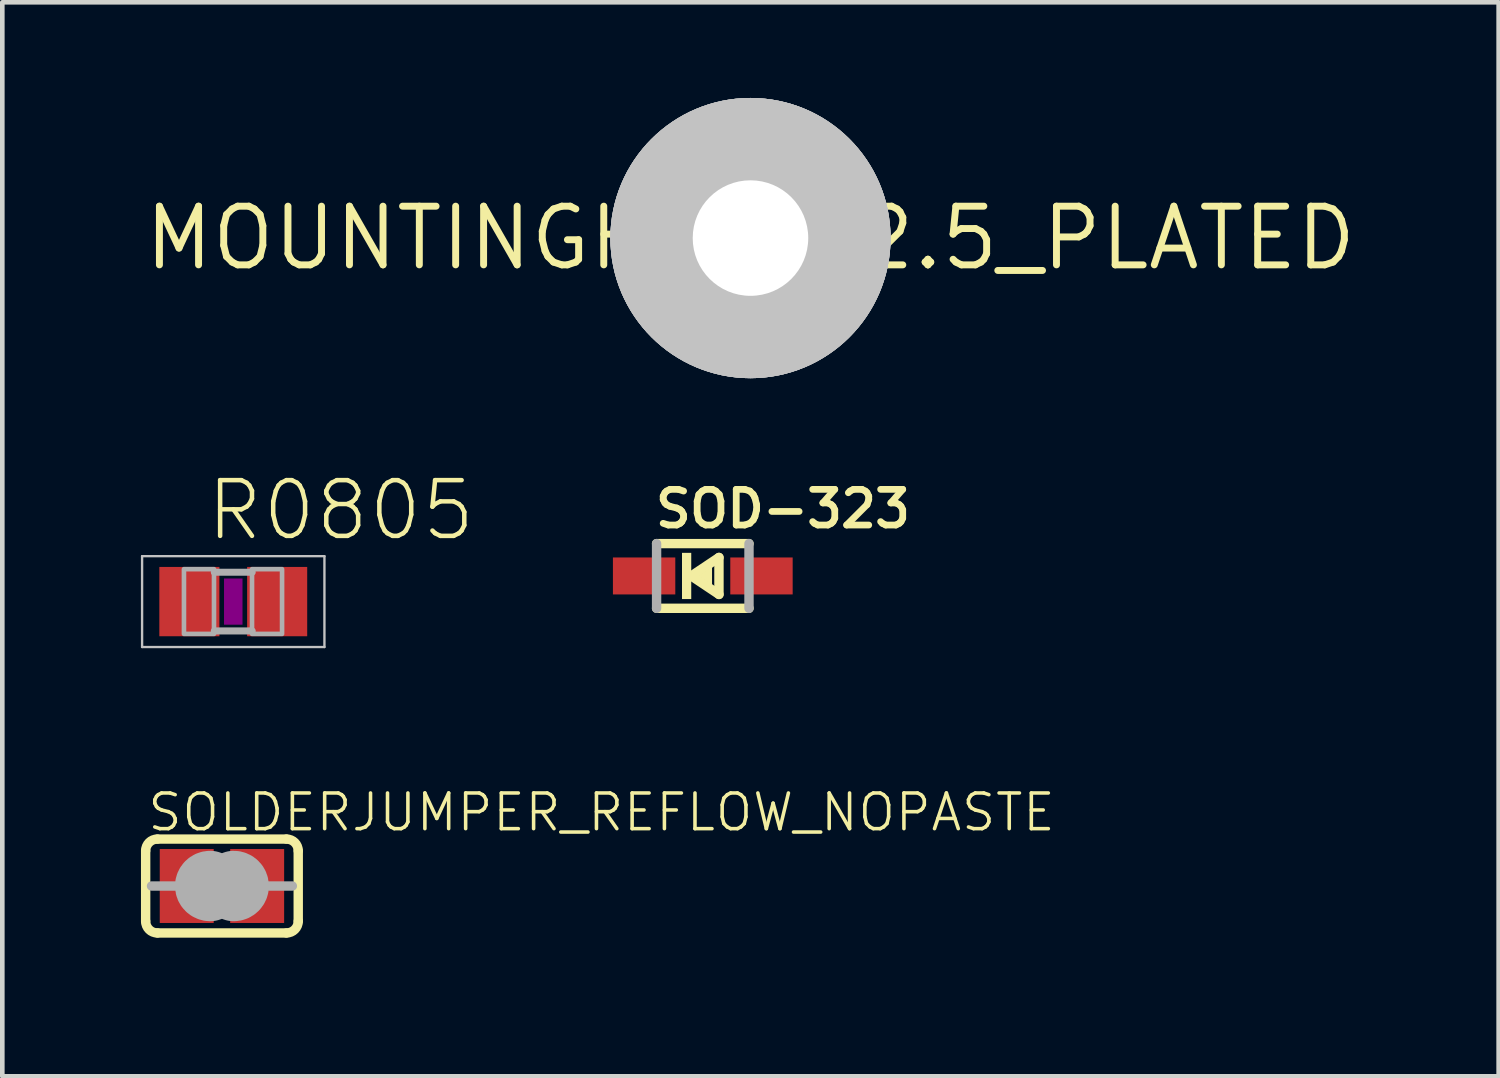
<source format=kicad_pcb>
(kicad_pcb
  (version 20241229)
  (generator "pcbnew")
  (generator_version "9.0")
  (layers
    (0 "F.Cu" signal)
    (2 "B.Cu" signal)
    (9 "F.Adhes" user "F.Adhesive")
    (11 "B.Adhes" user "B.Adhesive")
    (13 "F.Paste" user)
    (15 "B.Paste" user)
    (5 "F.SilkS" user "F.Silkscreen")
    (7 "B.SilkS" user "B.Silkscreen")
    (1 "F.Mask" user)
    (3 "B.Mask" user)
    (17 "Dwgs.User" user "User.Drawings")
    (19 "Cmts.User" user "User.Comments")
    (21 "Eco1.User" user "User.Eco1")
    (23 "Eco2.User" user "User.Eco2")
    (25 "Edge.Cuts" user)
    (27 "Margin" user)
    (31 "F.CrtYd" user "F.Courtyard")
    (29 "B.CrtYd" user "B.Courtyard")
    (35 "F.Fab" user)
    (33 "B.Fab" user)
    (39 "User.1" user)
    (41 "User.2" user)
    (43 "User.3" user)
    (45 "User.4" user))
  (footprint "SOLDERJUMPER_REFLOW_NOPASTE"
    (layer "F.Cu")
    (at 1.753 16.124)
    (property "Reference" "SOLDERJUMPER_REFLOW_NOPASTE" (at -1.651 -1.143 0) (layer "F.SilkS") (effects (font (size 0.772 0.772) (thickness 0.077)) (justify left bottom)))
    (attr through_hole)
    (fp_poly (pts (xy -0.076 0.914) (xy 0.076 0.914) (xy 0.076 -0.914) (xy -0.076 -0.914)) (stroke (width 0) (type solid)) (fill yes) (layer "F.Mask"))
    (fp_line (start -1.651 0.762) (end -1.651 -0.762) (stroke (width 0.203) (type solid)) (layer "F.SilkS"))
    (fp_line (start -1.397 -1.016) (end 1.397 -1.016) (stroke (width 0.203) (type solid)) (layer "F.SilkS"))
    (fp_line (start 1.397 1.016) (end -1.397 1.016) (stroke (width 0.203) (type solid)) (layer "F.SilkS"))
    (fp_line (start 1.651 0.762) (end 1.651 -0.762) (stroke (width 0.203) (type solid)) (layer "F.SilkS"))
    (fp_arc (start -1.651 -0.762) (mid -1.576605 -0.941605) (end -1.397 -1.016) (stroke (width 0.2032) (type solid)) (layer "F.SilkS"))
    (fp_arc (start -1.397 1.016) (mid -1.576605 0.941605) (end -1.651 0.762) (stroke (width 0.2032) (type solid)) (layer "F.SilkS"))
    (fp_arc (start 1.397 -1.016) (mid 1.576605 -0.941605) (end 1.651 -0.762) (stroke (width 0.2032) (type solid)) (layer "F.SilkS"))
    (fp_arc (start 1.651 0.762) (mid 1.576605 0.941605) (end 1.397 1.016) (stroke (width 0.2032) (type solid)) (layer "F.SilkS"))
    (fp_line (start -1.016 0) (end -1.524 0) (stroke (width 0.203) (type solid)) (layer "F.Fab"))
    (fp_line (start 1.016 0) (end 1.524 0) (stroke (width 0.203) (type solid)) (layer "F.Fab"))
    (fp_arc (start -0.254 0.127) (mid -0.381 0) (end -0.254 -0.127) (stroke (width 1.27) (type solid)) (layer "F.Fab"))
    (fp_arc (start 0.254 -0.127) (mid 0.381 0) (end 0.254 0.127) (stroke (width 1.27) (type solid)) (layer "F.Fab"))
    (pad "1" smd rect (at -0.762 0) (size 1.168 1.6) (layers "F.Cu" "F.Mask"))
    (pad "2" smd rect (at 0.762 0) (size 1.168 1.6) (layers "F.Cu" "F.Mask")))
  (footprint "R0805"
    (layer "F.Cu")
    (at 1.998 9.969)
    (property "Reference" "R0805" (at -0.635 -1.27 0) (layer "F.SilkS") (effects (font (size 1.206 1.206) (thickness 0.097)) (justify left bottom)))
    (attr through_hole)
    (fp_poly (pts (xy -0.2 0.5) (xy 0.2 0.5) (xy 0.2 -0.5) (xy -0.2 -0.5)) (stroke (width 0) (type solid)) (fill yes) (layer "F.Adhes"))
    (fp_line (start -1.973 -0.983) (end 1.973 -0.983) (stroke (width 0.051) (type solid)) (layer "Dwgs.User"))
    (fp_line (start -1.973 0.983) (end -1.973 -0.983) (stroke (width 0.051) (type solid)) (layer "Dwgs.User"))
    (fp_line (start 1.973 -0.983) (end 1.973 0.983) (stroke (width 0.051) (type solid)) (layer "Dwgs.User"))
    (fp_line (start 1.973 0.983) (end -1.973 0.983) (stroke (width 0.051) (type solid)) (layer "Dwgs.User"))
    (fp_line (start -0.41 -0.635) (end 0.41 -0.635) (stroke (width 0.152) (type solid)) (layer "F.Fab"))
    (fp_line (start -0.41 0.635) (end 0.41 0.635) (stroke (width 0.152) (type solid)) (layer "F.Fab"))
    (fp_poly (pts (xy -1.067 0.699) (xy -0.417 0.699) (xy -0.417 -0.702) (xy -1.067 -0.702)) (stroke (width 0.1) (type solid)) (fill no) (layer "F.Fab"))
    (fp_poly (pts (xy 0.406 0.699) (xy 1.056 0.699) (xy 1.056 -0.702) (xy 0.406 -0.702)) (stroke (width 0.1) (type solid)) (fill no) (layer "F.Fab"))
    (pad "1" smd rect (at -0.95 0) (size 1.3 1.5) (layers "F.Cu" "F.Mask" "F.Paste"))
    (pad "2" smd rect (at 0.95 0) (size 1.3 1.5) (layers "F.Cu" "F.Mask" "F.Paste")))
  (footprint "SOD-323"
    (layer "F.Cu")
    (at 12.159 9.414)
    (property "Reference" "SOD-323" (at -1.1 -1 0) (layer "F.SilkS") (effects (font (size 0.772 0.772) (thickness 0.146)) (justify left bottom)))
    (attr through_hole)
    (fp_line (start -1 -0.7) (end 1 -0.7) (stroke (width 0.203) (type solid)) (layer "F.SilkS"))
    (fp_line (start -0.25 0) (end 0.35 -0.4) (stroke (width 0.203) (type solid)) (layer "F.SilkS"))
    (fp_line (start 0.35 -0.4) (end 0.35 0.4) (stroke (width 0.203) (type solid)) (layer "F.SilkS"))
    (fp_line (start 0.35 0.4) (end -0.25 0) (stroke (width 0.203) (type solid)) (layer "F.SilkS"))
    (fp_line (start 1 0.7) (end -1 0.7) (stroke (width 0.203) (type solid)) (layer "F.SilkS"))
    (fp_poly (pts (xy -0.1 0) (xy 0.2 -0.2) (xy 0.2 0.2)) (stroke (width 0) (type solid)) (fill yes) (layer "F.SilkS"))
    (fp_poly (pts (xy -0.45 0.5) (xy -0.25 0.5) (xy -0.25 -0.5) (xy -0.45 -0.5)) (stroke (width 0) (type solid)) (fill yes) (layer "F.SilkS"))
    (fp_line (start -1 0.7) (end -1 -0.7) (stroke (width 0.203) (type solid)) (layer "F.Fab"))
    (fp_line (start 1 -0.7) (end 1 0.7) (stroke (width 0.203) (type solid)) (layer "F.Fab"))
    (pad "A" smd rect (at 1.27 0) (size 1.35 0.8) (layers "F.Cu" "F.Mask" "F.Paste"))
    (pad "C" smd rect (at -1.27 0) (size 1.35 0.8) (layers "F.Cu" "F.Mask" "F.Paste")))
  (footprint "MOUNTINGHOLE_2.5_PLATED"
    (layer "F.Cu")
    (at 13.191 2.102)
    (property "Reference" "MOUNTINGHOLE_2.5_PLATED" (at 0 0 0) (layer "F.SilkS") (effects (font (size 1.27 1.27) (thickness 0.15))))
    (attr through_hole)
    (fp_circle (center 0 0) (end 2 0) (stroke (width 0.203) (type solid)) (fill no) (layer "F.SilkS"))
    (fp_circle (center 0 0) (end 1 0) (stroke (width 2.032) (type solid)) (fill no) (layer "Dwgs.User"))
    (fp_circle (center 0 0) (end 1 0) (stroke (width 2.032) (type solid)) (fill no) (layer "Dwgs.User"))
    (fp_circle (center 0 0) (end 1 0) (stroke (width 2.032) (type solid)) (fill no) (layer "Dwgs.User"))
    (fp_circle (center 0 0) (end 1 0) (stroke (width 2.032) (type solid)) (fill no) (layer "Dwgs.User"))
    (pad "P$1" thru_hole circle (at 0 0) (size 3.2 3.2) (drill 2.5) (layers "*.Cu" "*.Mask")))
  (gr_rect
    (start -3 -3)
    (end 29.382 20.242)
    (stroke (width 0.1) (type default))
    (fill no)
    (layer "Edge.Cuts")))
</source>
